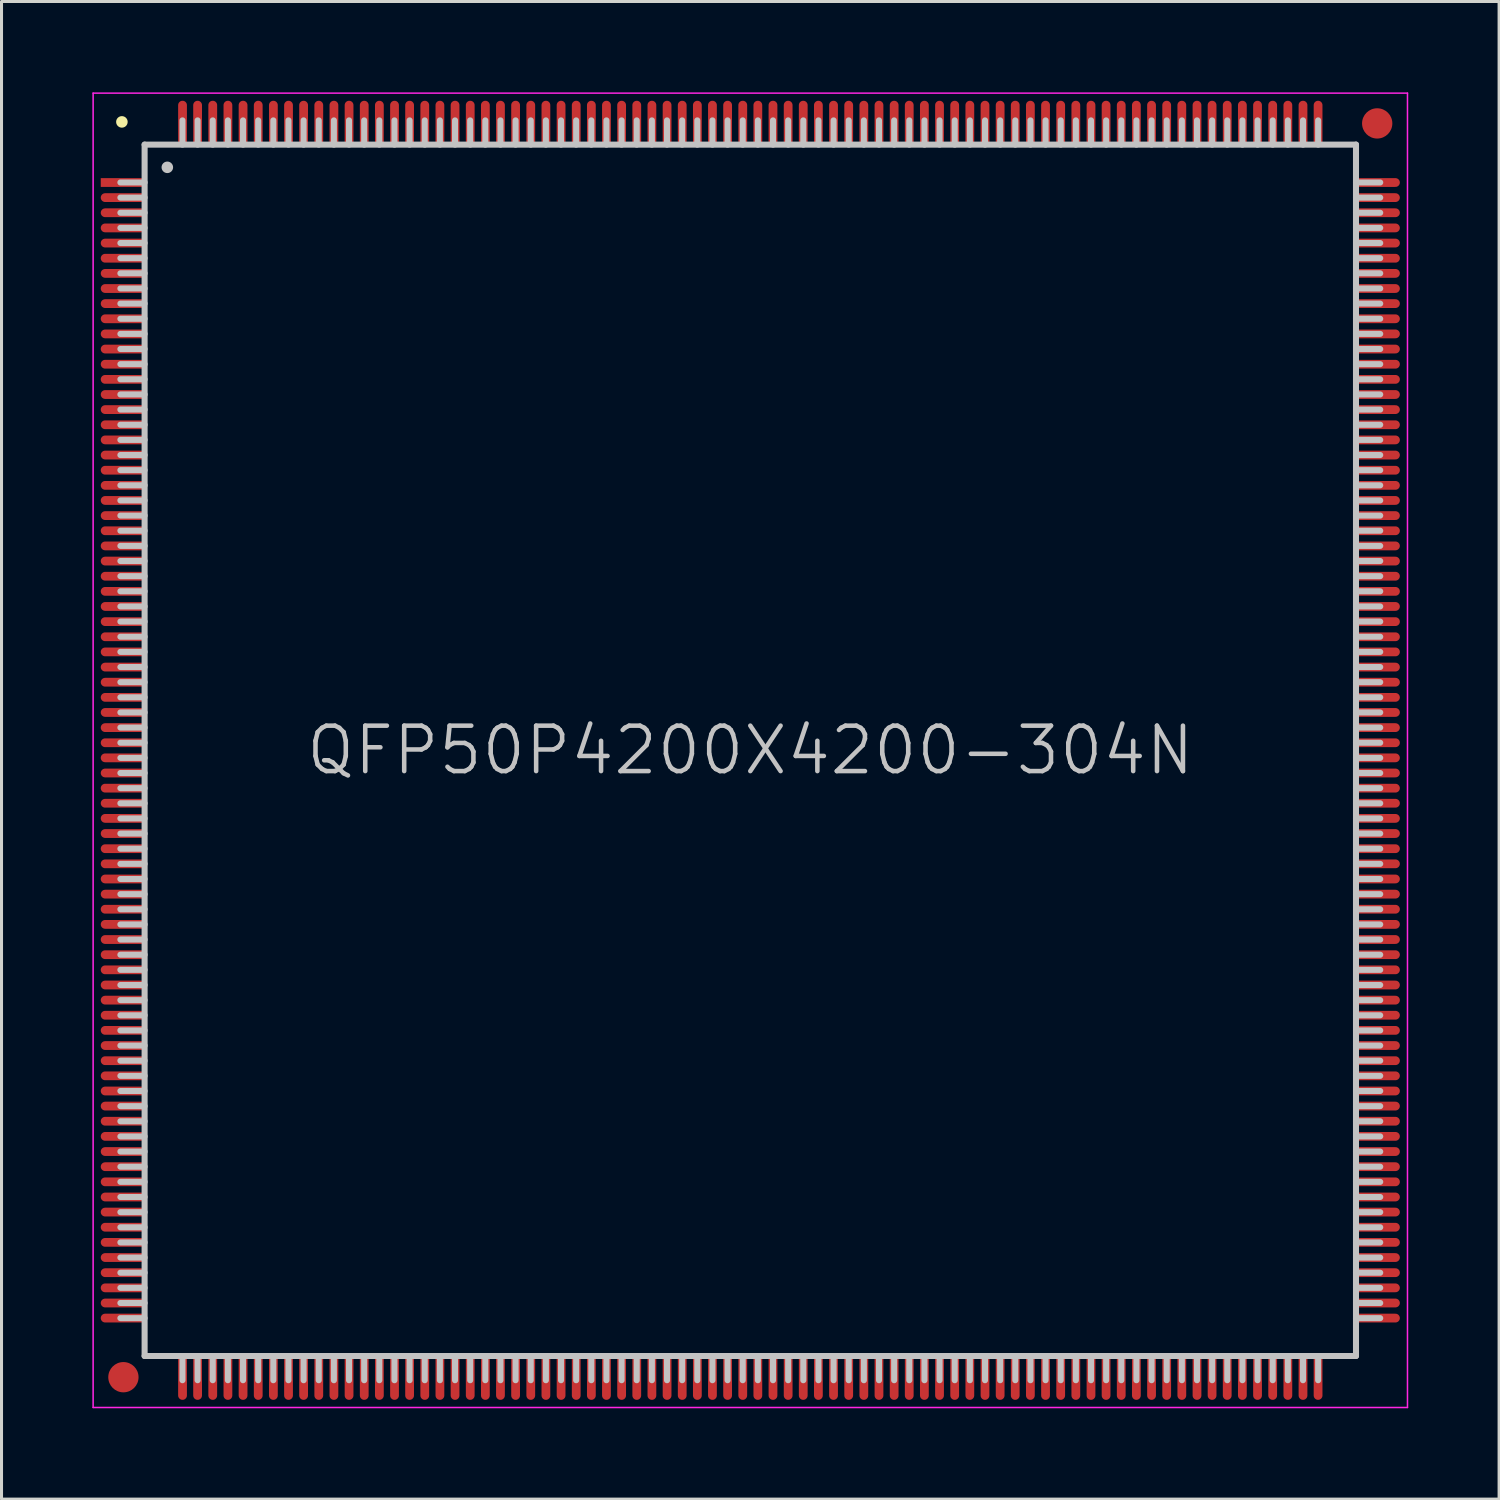
<source format=kicad_pcb>
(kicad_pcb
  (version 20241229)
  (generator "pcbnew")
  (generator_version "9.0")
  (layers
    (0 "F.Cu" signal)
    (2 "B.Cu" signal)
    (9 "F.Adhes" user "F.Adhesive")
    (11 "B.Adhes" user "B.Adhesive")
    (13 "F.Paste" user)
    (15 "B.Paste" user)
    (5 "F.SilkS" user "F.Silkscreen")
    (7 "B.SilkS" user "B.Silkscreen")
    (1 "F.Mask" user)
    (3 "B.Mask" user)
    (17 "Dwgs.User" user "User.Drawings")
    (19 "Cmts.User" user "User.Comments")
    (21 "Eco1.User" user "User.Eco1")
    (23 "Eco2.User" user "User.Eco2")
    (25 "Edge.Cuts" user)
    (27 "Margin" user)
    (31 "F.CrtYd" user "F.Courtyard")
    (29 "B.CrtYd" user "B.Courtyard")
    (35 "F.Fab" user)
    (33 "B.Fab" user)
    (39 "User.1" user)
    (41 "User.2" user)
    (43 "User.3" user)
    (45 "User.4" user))
  (footprint "QFP50P4200X4200-304N"
    (layer "F.Cu")
    (at 21.725 21.725)
    (property "Reference" "QFP50P4200X4200-304N" (at 0 0 0) (layer "Dwgs.User") (effects (font (size 1.5 1.5) (thickness 0.15))))
    (attr smd)
    (fp_line (start -20.75 -20.75) (end -20.75 -20.75) (stroke (width 0.381) (type solid)) (layer "F.SilkS"))
    (fp_line (start -20 -20) (end -20 20) (stroke (width 0.2) (type solid)) (layer "Dwgs.User"))
    (fp_line (start -20 -20) (end 20 -20) (stroke (width 0.2) (type solid)) (layer "Dwgs.User"))
    (fp_line (start -20 -18.75) (end -20.8 -18.75) (stroke (width 0.2) (type solid)) (layer "Dwgs.User"))
    (fp_line (start -20 -18.25) (end -20.8 -18.25) (stroke (width 0.2) (type solid)) (layer "Dwgs.User"))
    (fp_line (start -20 -17.75) (end -20.8 -17.75) (stroke (width 0.2) (type solid)) (layer "Dwgs.User"))
    (fp_line (start -20 -17.25) (end -20.8 -17.25) (stroke (width 0.2) (type solid)) (layer "Dwgs.User"))
    (fp_line (start -20 -16.75) (end -20.8 -16.75) (stroke (width 0.2) (type solid)) (layer "Dwgs.User"))
    (fp_line (start -20 -16.25) (end -20.8 -16.25) (stroke (width 0.2) (type solid)) (layer "Dwgs.User"))
    (fp_line (start -20 -15.75) (end -20.8 -15.75) (stroke (width 0.2) (type solid)) (layer "Dwgs.User"))
    (fp_line (start -20 -15.25) (end -20.8 -15.25) (stroke (width 0.2) (type solid)) (layer "Dwgs.User"))
    (fp_line (start -20 -14.75) (end -20.8 -14.75) (stroke (width 0.2) (type solid)) (layer "Dwgs.User"))
    (fp_line (start -20 -14.25) (end -20.8 -14.25) (stroke (width 0.2) (type solid)) (layer "Dwgs.User"))
    (fp_line (start -20 -13.75) (end -20.8 -13.75) (stroke (width 0.2) (type solid)) (layer "Dwgs.User"))
    (fp_line (start -20 -13.25) (end -20.8 -13.25) (stroke (width 0.2) (type solid)) (layer "Dwgs.User"))
    (fp_line (start -20 -12.75) (end -20.8 -12.75) (stroke (width 0.2) (type solid)) (layer "Dwgs.User"))
    (fp_line (start -20 -12.25) (end -20.8 -12.25) (stroke (width 0.2) (type solid)) (layer "Dwgs.User"))
    (fp_line (start -20 -11.75) (end -20.8 -11.75) (stroke (width 0.2) (type solid)) (layer "Dwgs.User"))
    (fp_line (start -20 -11.25) (end -20.8 -11.25) (stroke (width 0.2) (type solid)) (layer "Dwgs.User"))
    (fp_line (start -20 -10.75) (end -20.8 -10.75) (stroke (width 0.2) (type solid)) (layer "Dwgs.User"))
    (fp_line (start -20 -10.25) (end -20.8 -10.25) (stroke (width 0.2) (type solid)) (layer "Dwgs.User"))
    (fp_line (start -20 -9.75) (end -20.8 -9.75) (stroke (width 0.2) (type solid)) (layer "Dwgs.User"))
    (fp_line (start -20 -9.25) (end -20.8 -9.25) (stroke (width 0.2) (type solid)) (layer "Dwgs.User"))
    (fp_line (start -20 -8.75) (end -20.8 -8.75) (stroke (width 0.2) (type solid)) (layer "Dwgs.User"))
    (fp_line (start -20 -8.25) (end -20.8 -8.25) (stroke (width 0.2) (type solid)) (layer "Dwgs.User"))
    (fp_line (start -20 -7.75) (end -20.8 -7.75) (stroke (width 0.2) (type solid)) (layer "Dwgs.User"))
    (fp_line (start -20 -7.25) (end -20.8 -7.25) (stroke (width 0.2) (type solid)) (layer "Dwgs.User"))
    (fp_line (start -20 -6.75) (end -20.8 -6.75) (stroke (width 0.2) (type solid)) (layer "Dwgs.User"))
    (fp_line (start -20 -6.25) (end -20.8 -6.25) (stroke (width 0.2) (type solid)) (layer "Dwgs.User"))
    (fp_line (start -20 -5.75) (end -20.8 -5.75) (stroke (width 0.2) (type solid)) (layer "Dwgs.User"))
    (fp_line (start -20 -5.25) (end -20.8 -5.25) (stroke (width 0.2) (type solid)) (layer "Dwgs.User"))
    (fp_line (start -20 -4.75) (end -20.8 -4.75) (stroke (width 0.2) (type solid)) (layer "Dwgs.User"))
    (fp_line (start -20 -4.25) (end -20.8 -4.25) (stroke (width 0.2) (type solid)) (layer "Dwgs.User"))
    (fp_line (start -20 -3.75) (end -20.8 -3.75) (stroke (width 0.2) (type solid)) (layer "Dwgs.User"))
    (fp_line (start -20 -3.25) (end -20.8 -3.25) (stroke (width 0.2) (type solid)) (layer "Dwgs.User"))
    (fp_line (start -20 -2.75) (end -20.8 -2.75) (stroke (width 0.2) (type solid)) (layer "Dwgs.User"))
    (fp_line (start -20 -2.25) (end -20.8 -2.25) (stroke (width 0.2) (type solid)) (layer "Dwgs.User"))
    (fp_line (start -20 -1.75) (end -20.8 -1.75) (stroke (width 0.2) (type solid)) (layer "Dwgs.User"))
    (fp_line (start -20 -1.25) (end -20.8 -1.25) (stroke (width 0.2) (type solid)) (layer "Dwgs.User"))
    (fp_line (start -20 -0.75) (end -20.8 -0.75) (stroke (width 0.2) (type solid)) (layer "Dwgs.User"))
    (fp_line (start -20 -0.25) (end -20.8 -0.25) (stroke (width 0.2) (type solid)) (layer "Dwgs.User"))
    (fp_line (start -20 0.25) (end -20.8 0.25) (stroke (width 0.2) (type solid)) (layer "Dwgs.User"))
    (fp_line (start -20 0.75) (end -20.8 0.75) (stroke (width 0.2) (type solid)) (layer "Dwgs.User"))
    (fp_line (start -20 1.25) (end -20.8 1.25) (stroke (width 0.2) (type solid)) (layer "Dwgs.User"))
    (fp_line (start -20 1.75) (end -20.8 1.75) (stroke (width 0.2) (type solid)) (layer "Dwgs.User"))
    (fp_line (start -20 2.25) (end -20.8 2.25) (stroke (width 0.2) (type solid)) (layer "Dwgs.User"))
    (fp_line (start -20 2.75) (end -20.8 2.75) (stroke (width 0.2) (type solid)) (layer "Dwgs.User"))
    (fp_line (start -20 3.25) (end -20.8 3.25) (stroke (width 0.2) (type solid)) (layer "Dwgs.User"))
    (fp_line (start -20 3.75) (end -20.8 3.75) (stroke (width 0.2) (type solid)) (layer "Dwgs.User"))
    (fp_line (start -20 4.25) (end -20.8 4.25) (stroke (width 0.2) (type solid)) (layer "Dwgs.User"))
    (fp_line (start -20 4.75) (end -20.8 4.75) (stroke (width 0.2) (type solid)) (layer "Dwgs.User"))
    (fp_line (start -20 5.25) (end -20.8 5.25) (stroke (width 0.2) (type solid)) (layer "Dwgs.User"))
    (fp_line (start -20 5.75) (end -20.8 5.75) (stroke (width 0.2) (type solid)) (layer "Dwgs.User"))
    (fp_line (start -20 6.25) (end -20.8 6.25) (stroke (width 0.2) (type solid)) (layer "Dwgs.User"))
    (fp_line (start -20 6.75) (end -20.8 6.75) (stroke (width 0.2) (type solid)) (layer "Dwgs.User"))
    (fp_line (start -20 7.25) (end -20.8 7.25) (stroke (width 0.2) (type solid)) (layer "Dwgs.User"))
    (fp_line (start -20 7.75) (end -20.8 7.75) (stroke (width 0.2) (type solid)) (layer "Dwgs.User"))
    (fp_line (start -20 8.25) (end -20.8 8.25) (stroke (width 0.2) (type solid)) (layer "Dwgs.User"))
    (fp_line (start -20 8.75) (end -20.8 8.75) (stroke (width 0.2) (type solid)) (layer "Dwgs.User"))
    (fp_line (start -20 9.25) (end -20.8 9.25) (stroke (width 0.2) (type solid)) (layer "Dwgs.User"))
    (fp_line (start -20 9.75) (end -20.8 9.75) (stroke (width 0.2) (type solid)) (layer "Dwgs.User"))
    (fp_line (start -20 10.25) (end -20.8 10.25) (stroke (width 0.2) (type solid)) (layer "Dwgs.User"))
    (fp_line (start -20 10.75) (end -20.8 10.75) (stroke (width 0.2) (type solid)) (layer "Dwgs.User"))
    (fp_line (start -20 11.25) (end -20.8 11.25) (stroke (width 0.2) (type solid)) (layer "Dwgs.User"))
    (fp_line (start -20 11.75) (end -20.8 11.75) (stroke (width 0.2) (type solid)) (layer "Dwgs.User"))
    (fp_line (start -20 12.25) (end -20.8 12.25) (stroke (width 0.2) (type solid)) (layer "Dwgs.User"))
    (fp_line (start -20 12.75) (end -20.8 12.75) (stroke (width 0.2) (type solid)) (layer "Dwgs.User"))
    (fp_line (start -20 13.25) (end -20.8 13.25) (stroke (width 0.2) (type solid)) (layer "Dwgs.User"))
    (fp_line (start -20 13.75) (end -20.8 13.75) (stroke (width 0.2) (type solid)) (layer "Dwgs.User"))
    (fp_line (start -20 14.25) (end -20.8 14.25) (stroke (width 0.2) (type solid)) (layer "Dwgs.User"))
    (fp_line (start -20 14.75) (end -20.8 14.75) (stroke (width 0.2) (type solid)) (layer "Dwgs.User"))
    (fp_line (start -20 15.25) (end -20.8 15.25) (stroke (width 0.2) (type solid)) (layer "Dwgs.User"))
    (fp_line (start -20 15.75) (end -20.8 15.75) (stroke (width 0.2) (type solid)) (layer "Dwgs.User"))
    (fp_line (start -20 16.25) (end -20.8 16.25) (stroke (width 0.2) (type solid)) (layer "Dwgs.User"))
    (fp_line (start -20 16.75) (end -20.8 16.75) (stroke (width 0.2) (type solid)) (layer "Dwgs.User"))
    (fp_line (start -20 17.25) (end -20.8 17.25) (stroke (width 0.2) (type solid)) (layer "Dwgs.User"))
    (fp_line (start -20 17.75) (end -20.8 17.75) (stroke (width 0.2) (type solid)) (layer "Dwgs.User"))
    (fp_line (start -20 18.25) (end -20.8 18.25) (stroke (width 0.2) (type solid)) (layer "Dwgs.User"))
    (fp_line (start -20 18.75) (end -20.8 18.75) (stroke (width 0.2) (type solid)) (layer "Dwgs.User"))
    (fp_line (start -20 20) (end 20 20) (stroke (width 0.2) (type solid)) (layer "Dwgs.User"))
    (fp_line (start -19.25 -19.25) (end -19.25 -19.25) (stroke (width 0.381) (type solid)) (layer "Dwgs.User"))
    (fp_line (start -18.75 -20) (end -18.75 -20.8) (stroke (width 0.2) (type solid)) (layer "Dwgs.User"))
    (fp_line (start -18.75 20.8) (end -18.75 20) (stroke (width 0.2) (type solid)) (layer "Dwgs.User"))
    (fp_line (start -18.25 -20) (end -18.25 -20.8) (stroke (width 0.2) (type solid)) (layer "Dwgs.User"))
    (fp_line (start -18.25 20.8) (end -18.25 20) (stroke (width 0.2) (type solid)) (layer "Dwgs.User"))
    (fp_line (start -17.75 -20) (end -17.75 -20.8) (stroke (width 0.2) (type solid)) (layer "Dwgs.User"))
    (fp_line (start -17.75 20.8) (end -17.75 20) (stroke (width 0.2) (type solid)) (layer "Dwgs.User"))
    (fp_line (start -17.25 -20) (end -17.25 -20.8) (stroke (width 0.2) (type solid)) (layer "Dwgs.User"))
    (fp_line (start -17.25 20.8) (end -17.25 20) (stroke (width 0.2) (type solid)) (layer "Dwgs.User"))
    (fp_line (start -16.75 -20) (end -16.75 -20.8) (stroke (width 0.2) (type solid)) (layer "Dwgs.User"))
    (fp_line (start -16.75 20.8) (end -16.75 20) (stroke (width 0.2) (type solid)) (layer "Dwgs.User"))
    (fp_line (start -16.25 -20) (end -16.25 -20.8) (stroke (width 0.2) (type solid)) (layer "Dwgs.User"))
    (fp_line (start -16.25 20.8) (end -16.25 20) (stroke (width 0.2) (type solid)) (layer "Dwgs.User"))
    (fp_line (start -15.75 -20) (end -15.75 -20.8) (stroke (width 0.2) (type solid)) (layer "Dwgs.User"))
    (fp_line (start -15.75 20.8) (end -15.75 20) (stroke (width 0.2) (type solid)) (layer "Dwgs.User"))
    (fp_line (start -15.25 -20) (end -15.25 -20.8) (stroke (width 0.2) (type solid)) (layer "Dwgs.User"))
    (fp_line (start -15.25 20.8) (end -15.25 20) (stroke (width 0.2) (type solid)) (layer "Dwgs.User"))
    (fp_line (start -14.75 -20) (end -14.75 -20.8) (stroke (width 0.2) (type solid)) (layer "Dwgs.User"))
    (fp_line (start -14.75 20.8) (end -14.75 20) (stroke (width 0.2) (type solid)) (layer "Dwgs.User"))
    (fp_line (start -14.25 -20) (end -14.25 -20.8) (stroke (width 0.2) (type solid)) (layer "Dwgs.User"))
    (fp_line (start -14.25 20.8) (end -14.25 20) (stroke (width 0.2) (type solid)) (layer "Dwgs.User"))
    (fp_line (start -13.75 -20) (end -13.75 -20.8) (stroke (width 0.2) (type solid)) (layer "Dwgs.User"))
    (fp_line (start -13.75 20.8) (end -13.75 20) (stroke (width 0.2) (type solid)) (layer "Dwgs.User"))
    (fp_line (start -13.25 -20) (end -13.25 -20.8) (stroke (width 0.2) (type solid)) (layer "Dwgs.User"))
    (fp_line (start -13.25 20.8) (end -13.25 20) (stroke (width 0.2) (type solid)) (layer "Dwgs.User"))
    (fp_line (start -12.75 -20) (end -12.75 -20.8) (stroke (width 0.2) (type solid)) (layer "Dwgs.User"))
    (fp_line (start -12.75 20.8) (end -12.75 20) (stroke (width 0.2) (type solid)) (layer "Dwgs.User"))
    (fp_line (start -12.25 -20) (end -12.25 -20.8) (stroke (width 0.2) (type solid)) (layer "Dwgs.User"))
    (fp_line (start -12.25 20.8) (end -12.25 20) (stroke (width 0.2) (type solid)) (layer "Dwgs.User"))
    (fp_line (start -11.75 -20) (end -11.75 -20.8) (stroke (width 0.2) (type solid)) (layer "Dwgs.User"))
    (fp_line (start -11.75 20.8) (end -11.75 20) (stroke (width 0.2) (type solid)) (layer "Dwgs.User"))
    (fp_line (start -11.25 -20) (end -11.25 -20.8) (stroke (width 0.2) (type solid)) (layer "Dwgs.User"))
    (fp_line (start -11.25 20.8) (end -11.25 20) (stroke (width 0.2) (type solid)) (layer "Dwgs.User"))
    (fp_line (start -10.75 -20) (end -10.75 -20.8) (stroke (width 0.2) (type solid)) (layer "Dwgs.User"))
    (fp_line (start -10.75 20.8) (end -10.75 20) (stroke (width 0.2) (type solid)) (layer "Dwgs.User"))
    (fp_line (start -10.25 -20) (end -10.25 -20.8) (stroke (width 0.2) (type solid)) (layer "Dwgs.User"))
    (fp_line (start -10.25 20.8) (end -10.25 20) (stroke (width 0.2) (type solid)) (layer "Dwgs.User"))
    (fp_line (start -9.75 -20) (end -9.75 -20.8) (stroke (width 0.2) (type solid)) (layer "Dwgs.User"))
    (fp_line (start -9.75 20.8) (end -9.75 20) (stroke (width 0.2) (type solid)) (layer "Dwgs.User"))
    (fp_line (start -9.25 -20) (end -9.25 -20.8) (stroke (width 0.2) (type solid)) (layer "Dwgs.User"))
    (fp_line (start -9.25 20.8) (end -9.25 20) (stroke (width 0.2) (type solid)) (layer "Dwgs.User"))
    (fp_line (start -8.75 -20) (end -8.75 -20.8) (stroke (width 0.2) (type solid)) (layer "Dwgs.User"))
    (fp_line (start -8.75 20.8) (end -8.75 20) (stroke (width 0.2) (type solid)) (layer "Dwgs.User"))
    (fp_line (start -8.25 -20) (end -8.25 -20.8) (stroke (width 0.2) (type solid)) (layer "Dwgs.User"))
    (fp_line (start -8.25 20.8) (end -8.25 20) (stroke (width 0.2) (type solid)) (layer "Dwgs.User"))
    (fp_line (start -7.75 -20) (end -7.75 -20.8) (stroke (width 0.2) (type solid)) (layer "Dwgs.User"))
    (fp_line (start -7.75 20.8) (end -7.75 20) (stroke (width 0.2) (type solid)) (layer "Dwgs.User"))
    (fp_line (start -7.25 -20) (end -7.25 -20.8) (stroke (width 0.2) (type solid)) (layer "Dwgs.User"))
    (fp_line (start -7.25 20.8) (end -7.25 20) (stroke (width 0.2) (type solid)) (layer "Dwgs.User"))
    (fp_line (start -6.75 -20) (end -6.75 -20.8) (stroke (width 0.2) (type solid)) (layer "Dwgs.User"))
    (fp_line (start -6.75 20.8) (end -6.75 20) (stroke (width 0.2) (type solid)) (layer "Dwgs.User"))
    (fp_line (start -6.25 -20) (end -6.25 -20.8) (stroke (width 0.2) (type solid)) (layer "Dwgs.User"))
    (fp_line (start -6.25 20.8) (end -6.25 20) (stroke (width 0.2) (type solid)) (layer "Dwgs.User"))
    (fp_line (start -5.75 -20) (end -5.75 -20.8) (stroke (width 0.2) (type solid)) (layer "Dwgs.User"))
    (fp_line (start -5.75 20.8) (end -5.75 20) (stroke (width 0.2) (type solid)) (layer "Dwgs.User"))
    (fp_line (start -5.25 -20) (end -5.25 -20.8) (stroke (width 0.2) (type solid)) (layer "Dwgs.User"))
    (fp_line (start -5.25 20.8) (end -5.25 20) (stroke (width 0.2) (type solid)) (layer "Dwgs.User"))
    (fp_line (start -4.75 -20) (end -4.75 -20.8) (stroke (width 0.2) (type solid)) (layer "Dwgs.User"))
    (fp_line (start -4.75 20.8) (end -4.75 20) (stroke (width 0.2) (type solid)) (layer "Dwgs.User"))
    (fp_line (start -4.25 -20) (end -4.25 -20.8) (stroke (width 0.2) (type solid)) (layer "Dwgs.User"))
    (fp_line (start -4.25 20.8) (end -4.25 20) (stroke (width 0.2) (type solid)) (layer "Dwgs.User"))
    (fp_line (start -3.75 -20) (end -3.75 -20.8) (stroke (width 0.2) (type solid)) (layer "Dwgs.User"))
    (fp_line (start -3.75 20.8) (end -3.75 20) (stroke (width 0.2) (type solid)) (layer "Dwgs.User"))
    (fp_line (start -3.25 -20) (end -3.25 -20.8) (stroke (width 0.2) (type solid)) (layer "Dwgs.User"))
    (fp_line (start -3.25 20.8) (end -3.25 20) (stroke (width 0.2) (type solid)) (layer "Dwgs.User"))
    (fp_line (start -2.75 -20) (end -2.75 -20.8) (stroke (width 0.2) (type solid)) (layer "Dwgs.User"))
    (fp_line (start -2.75 20.8) (end -2.75 20) (stroke (width 0.2) (type solid)) (layer "Dwgs.User"))
    (fp_line (start -2.25 -20) (end -2.25 -20.8) (stroke (width 0.2) (type solid)) (layer "Dwgs.User"))
    (fp_line (start -2.25 20.8) (end -2.25 20) (stroke (width 0.2) (type solid)) (layer "Dwgs.User"))
    (fp_line (start -1.75 -20) (end -1.75 -20.8) (stroke (width 0.2) (type solid)) (layer "Dwgs.User"))
    (fp_line (start -1.75 20.8) (end -1.75 20) (stroke (width 0.2) (type solid)) (layer "Dwgs.User"))
    (fp_line (start -1.25 -20) (end -1.25 -20.8) (stroke (width 0.2) (type solid)) (layer "Dwgs.User"))
    (fp_line (start -1.25 20.8) (end -1.25 20) (stroke (width 0.2) (type solid)) (layer "Dwgs.User"))
    (fp_line (start -0.75 -20) (end -0.75 -20.8) (stroke (width 0.2) (type solid)) (layer "Dwgs.User"))
    (fp_line (start -0.75 20.8) (end -0.75 20) (stroke (width 0.2) (type solid)) (layer "Dwgs.User"))
    (fp_line (start -0.25 -20) (end -0.25 -20.8) (stroke (width 0.2) (type solid)) (layer "Dwgs.User"))
    (fp_line (start -0.25 20.8) (end -0.25 20) (stroke (width 0.2) (type solid)) (layer "Dwgs.User"))
    (fp_line (start 0.25 -20) (end 0.25 -20.8) (stroke (width 0.2) (type solid)) (layer "Dwgs.User"))
    (fp_line (start 0.25 20.8) (end 0.25 20) (stroke (width 0.2) (type solid)) (layer "Dwgs.User"))
    (fp_line (start 0.75 -20) (end 0.75 -20.8) (stroke (width 0.2) (type solid)) (layer "Dwgs.User"))
    (fp_line (start 0.75 20.8) (end 0.75 20) (stroke (width 0.2) (type solid)) (layer "Dwgs.User"))
    (fp_line (start 1.25 -20) (end 1.25 -20.8) (stroke (width 0.2) (type solid)) (layer "Dwgs.User"))
    (fp_line (start 1.25 20.8) (end 1.25 20) (stroke (width 0.2) (type solid)) (layer "Dwgs.User"))
    (fp_line (start 1.75 -20) (end 1.75 -20.8) (stroke (width 0.2) (type solid)) (layer "Dwgs.User"))
    (fp_line (start 1.75 20.8) (end 1.75 20) (stroke (width 0.2) (type solid)) (layer "Dwgs.User"))
    (fp_line (start 2.25 -20) (end 2.25 -20.8) (stroke (width 0.2) (type solid)) (layer "Dwgs.User"))
    (fp_line (start 2.25 20.8) (end 2.25 20) (stroke (width 0.2) (type solid)) (layer "Dwgs.User"))
    (fp_line (start 2.75 -20) (end 2.75 -20.8) (stroke (width 0.2) (type solid)) (layer "Dwgs.User"))
    (fp_line (start 2.75 20.8) (end 2.75 20) (stroke (width 0.2) (type solid)) (layer "Dwgs.User"))
    (fp_line (start 3.25 -20) (end 3.25 -20.8) (stroke (width 0.2) (type solid)) (layer "Dwgs.User"))
    (fp_line (start 3.25 20.8) (end 3.25 20) (stroke (width 0.2) (type solid)) (layer "Dwgs.User"))
    (fp_line (start 3.75 -20) (end 3.75 -20.8) (stroke (width 0.2) (type solid)) (layer "Dwgs.User"))
    (fp_line (start 3.75 20.8) (end 3.75 20) (stroke (width 0.2) (type solid)) (layer "Dwgs.User"))
    (fp_line (start 4.25 -20) (end 4.25 -20.8) (stroke (width 0.2) (type solid)) (layer "Dwgs.User"))
    (fp_line (start 4.25 20.8) (end 4.25 20) (stroke (width 0.2) (type solid)) (layer "Dwgs.User"))
    (fp_line (start 4.75 -20) (end 4.75 -20.8) (stroke (width 0.2) (type solid)) (layer "Dwgs.User"))
    (fp_line (start 4.75 20.8) (end 4.75 20) (stroke (width 0.2) (type solid)) (layer "Dwgs.User"))
    (fp_line (start 5.25 -20) (end 5.25 -20.8) (stroke (width 0.2) (type solid)) (layer "Dwgs.User"))
    (fp_line (start 5.25 20.8) (end 5.25 20) (stroke (width 0.2) (type solid)) (layer "Dwgs.User"))
    (fp_line (start 5.75 -20) (end 5.75 -20.8) (stroke (width 0.2) (type solid)) (layer "Dwgs.User"))
    (fp_line (start 5.75 20.8) (end 5.75 20) (stroke (width 0.2) (type solid)) (layer "Dwgs.User"))
    (fp_line (start 6.25 -20) (end 6.25 -20.8) (stroke (width 0.2) (type solid)) (layer "Dwgs.User"))
    (fp_line (start 6.25 20.8) (end 6.25 20) (stroke (width 0.2) (type solid)) (layer "Dwgs.User"))
    (fp_line (start 6.75 -20) (end 6.75 -20.8) (stroke (width 0.2) (type solid)) (layer "Dwgs.User"))
    (fp_line (start 6.75 20.8) (end 6.75 20) (stroke (width 0.2) (type solid)) (layer "Dwgs.User"))
    (fp_line (start 7.25 -20) (end 7.25 -20.8) (stroke (width 0.2) (type solid)) (layer "Dwgs.User"))
    (fp_line (start 7.25 20.8) (end 7.25 20) (stroke (width 0.2) (type solid)) (layer "Dwgs.User"))
    (fp_line (start 7.75 -20) (end 7.75 -20.8) (stroke (width 0.2) (type solid)) (layer "Dwgs.User"))
    (fp_line (start 7.75 20.8) (end 7.75 20) (stroke (width 0.2) (type solid)) (layer "Dwgs.User"))
    (fp_line (start 8.25 -20) (end 8.25 -20.8) (stroke (width 0.2) (type solid)) (layer "Dwgs.User"))
    (fp_line (start 8.25 20.8) (end 8.25 20) (stroke (width 0.2) (type solid)) (layer "Dwgs.User"))
    (fp_line (start 8.75 -20) (end 8.75 -20.8) (stroke (width 0.2) (type solid)) (layer "Dwgs.User"))
    (fp_line (start 8.75 20.8) (end 8.75 20) (stroke (width 0.2) (type solid)) (layer "Dwgs.User"))
    (fp_line (start 9.25 -20) (end 9.25 -20.8) (stroke (width 0.2) (type solid)) (layer "Dwgs.User"))
    (fp_line (start 9.25 20.8) (end 9.25 20) (stroke (width 0.2) (type solid)) (layer "Dwgs.User"))
    (fp_line (start 9.75 -20) (end 9.75 -20.8) (stroke (width 0.2) (type solid)) (layer "Dwgs.User"))
    (fp_line (start 9.75 20.8) (end 9.75 20) (stroke (width 0.2) (type solid)) (layer "Dwgs.User"))
    (fp_line (start 10.25 -20) (end 10.25 -20.8) (stroke (width 0.2) (type solid)) (layer "Dwgs.User"))
    (fp_line (start 10.25 20.8) (end 10.25 20) (stroke (width 0.2) (type solid)) (layer "Dwgs.User"))
    (fp_line (start 10.75 -20) (end 10.75 -20.8) (stroke (width 0.2) (type solid)) (layer "Dwgs.User"))
    (fp_line (start 10.75 20.8) (end 10.75 20) (stroke (width 0.2) (type solid)) (layer "Dwgs.User"))
    (fp_line (start 11.25 -20) (end 11.25 -20.8) (stroke (width 0.2) (type solid)) (layer "Dwgs.User"))
    (fp_line (start 11.25 20.8) (end 11.25 20) (stroke (width 0.2) (type solid)) (layer "Dwgs.User"))
    (fp_line (start 11.75 -20) (end 11.75 -20.8) (stroke (width 0.2) (type solid)) (layer "Dwgs.User"))
    (fp_line (start 11.75 20.8) (end 11.75 20) (stroke (width 0.2) (type solid)) (layer "Dwgs.User"))
    (fp_line (start 12.25 -20) (end 12.25 -20.8) (stroke (width 0.2) (type solid)) (layer "Dwgs.User"))
    (fp_line (start 12.25 20.8) (end 12.25 20) (stroke (width 0.2) (type solid)) (layer "Dwgs.User"))
    (fp_line (start 12.75 -20) (end 12.75 -20.8) (stroke (width 0.2) (type solid)) (layer "Dwgs.User"))
    (fp_line (start 12.75 20.8) (end 12.75 20) (stroke (width 0.2) (type solid)) (layer "Dwgs.User"))
    (fp_line (start 13.25 -20) (end 13.25 -20.8) (stroke (width 0.2) (type solid)) (layer "Dwgs.User"))
    (fp_line (start 13.25 20.8) (end 13.25 20) (stroke (width 0.2) (type solid)) (layer "Dwgs.User"))
    (fp_line (start 13.75 -20) (end 13.75 -20.8) (stroke (width 0.2) (type solid)) (layer "Dwgs.User"))
    (fp_line (start 13.75 20.8) (end 13.75 20) (stroke (width 0.2) (type solid)) (layer "Dwgs.User"))
    (fp_line (start 14.25 -20) (end 14.25 -20.8) (stroke (width 0.2) (type solid)) (layer "Dwgs.User"))
    (fp_line (start 14.25 20.8) (end 14.25 20) (stroke (width 0.2) (type solid)) (layer "Dwgs.User"))
    (fp_line (start 14.75 -20) (end 14.75 -20.8) (stroke (width 0.2) (type solid)) (layer "Dwgs.User"))
    (fp_line (start 14.75 20.8) (end 14.75 20) (stroke (width 0.2) (type solid)) (layer "Dwgs.User"))
    (fp_line (start 15.25 -20) (end 15.25 -20.8) (stroke (width 0.2) (type solid)) (layer "Dwgs.User"))
    (fp_line (start 15.25 20.8) (end 15.25 20) (stroke (width 0.2) (type solid)) (layer "Dwgs.User"))
    (fp_line (start 15.75 -20) (end 15.75 -20.8) (stroke (width 0.2) (type solid)) (layer "Dwgs.User"))
    (fp_line (start 15.75 20.8) (end 15.75 20) (stroke (width 0.2) (type solid)) (layer "Dwgs.User"))
    (fp_line (start 16.25 -20) (end 16.25 -20.8) (stroke (width 0.2) (type solid)) (layer "Dwgs.User"))
    (fp_line (start 16.25 20.8) (end 16.25 20) (stroke (width 0.2) (type solid)) (layer "Dwgs.User"))
    (fp_line (start 16.75 -20) (end 16.75 -20.8) (stroke (width 0.2) (type solid)) (layer "Dwgs.User"))
    (fp_line (start 16.75 20.8) (end 16.75 20) (stroke (width 0.2) (type solid)) (layer "Dwgs.User"))
    (fp_line (start 17.25 -20) (end 17.25 -20.8) (stroke (width 0.2) (type solid)) (layer "Dwgs.User"))
    (fp_line (start 17.25 20.8) (end 17.25 20) (stroke (width 0.2) (type solid)) (layer "Dwgs.User"))
    (fp_line (start 17.75 -20) (end 17.75 -20.8) (stroke (width 0.2) (type solid)) (layer "Dwgs.User"))
    (fp_line (start 17.75 20.8) (end 17.75 20) (stroke (width 0.2) (type solid)) (layer "Dwgs.User"))
    (fp_line (start 18.25 -20) (end 18.25 -20.8) (stroke (width 0.2) (type solid)) (layer "Dwgs.User"))
    (fp_line (start 18.25 20.8) (end 18.25 20) (stroke (width 0.2) (type solid)) (layer "Dwgs.User"))
    (fp_line (start 18.75 -20) (end 18.75 -20.8) (stroke (width 0.2) (type solid)) (layer "Dwgs.User"))
    (fp_line (start 18.75 20.8) (end 18.75 20) (stroke (width 0.2) (type solid)) (layer "Dwgs.User"))
    (fp_line (start 20 -20) (end 20 20) (stroke (width 0.2) (type solid)) (layer "Dwgs.User"))
    (fp_line (start 20.8 -18.75) (end 20 -18.75) (stroke (width 0.2) (type solid)) (layer "Dwgs.User"))
    (fp_line (start 20.8 -18.25) (end 20 -18.25) (stroke (width 0.2) (type solid)) (layer "Dwgs.User"))
    (fp_line (start 20.8 -17.75) (end 20 -17.75) (stroke (width 0.2) (type solid)) (layer "Dwgs.User"))
    (fp_line (start 20.8 -17.25) (end 20 -17.25) (stroke (width 0.2) (type solid)) (layer "Dwgs.User"))
    (fp_line (start 20.8 -16.75) (end 20 -16.75) (stroke (width 0.2) (type solid)) (layer "Dwgs.User"))
    (fp_line (start 20.8 -16.25) (end 20 -16.25) (stroke (width 0.2) (type solid)) (layer "Dwgs.User"))
    (fp_line (start 20.8 -15.75) (end 20 -15.75) (stroke (width 0.2) (type solid)) (layer "Dwgs.User"))
    (fp_line (start 20.8 -15.25) (end 20 -15.25) (stroke (width 0.2) (type solid)) (layer "Dwgs.User"))
    (fp_line (start 20.8 -14.75) (end 20 -14.75) (stroke (width 0.2) (type solid)) (layer "Dwgs.User"))
    (fp_line (start 20.8 -14.25) (end 20 -14.25) (stroke (width 0.2) (type solid)) (layer "Dwgs.User"))
    (fp_line (start 20.8 -13.75) (end 20 -13.75) (stroke (width 0.2) (type solid)) (layer "Dwgs.User"))
    (fp_line (start 20.8 -13.25) (end 20 -13.25) (stroke (width 0.2) (type solid)) (layer "Dwgs.User"))
    (fp_line (start 20.8 -12.75) (end 20 -12.75) (stroke (width 0.2) (type solid)) (layer "Dwgs.User"))
    (fp_line (start 20.8 -12.25) (end 20 -12.25) (stroke (width 0.2) (type solid)) (layer "Dwgs.User"))
    (fp_line (start 20.8 -11.75) (end 20 -11.75) (stroke (width 0.2) (type solid)) (layer "Dwgs.User"))
    (fp_line (start 20.8 -11.25) (end 20 -11.25) (stroke (width 0.2) (type solid)) (layer "Dwgs.User"))
    (fp_line (start 20.8 -10.75) (end 20 -10.75) (stroke (width 0.2) (type solid)) (layer "Dwgs.User"))
    (fp_line (start 20.8 -10.25) (end 20 -10.25) (stroke (width 0.2) (type solid)) (layer "Dwgs.User"))
    (fp_line (start 20.8 -9.75) (end 20 -9.75) (stroke (width 0.2) (type solid)) (layer "Dwgs.User"))
    (fp_line (start 20.8 -9.25) (end 20 -9.25) (stroke (width 0.2) (type solid)) (layer "Dwgs.User"))
    (fp_line (start 20.8 -8.75) (end 20 -8.75) (stroke (width 0.2) (type solid)) (layer "Dwgs.User"))
    (fp_line (start 20.8 -8.25) (end 20 -8.25) (stroke (width 0.2) (type solid)) (layer "Dwgs.User"))
    (fp_line (start 20.8 -7.75) (end 20 -7.75) (stroke (width 0.2) (type solid)) (layer "Dwgs.User"))
    (fp_line (start 20.8 -7.25) (end 20 -7.25) (stroke (width 0.2) (type solid)) (layer "Dwgs.User"))
    (fp_line (start 20.8 -6.75) (end 20 -6.75) (stroke (width 0.2) (type solid)) (layer "Dwgs.User"))
    (fp_line (start 20.8 -6.25) (end 20 -6.25) (stroke (width 0.2) (type solid)) (layer "Dwgs.User"))
    (fp_line (start 20.8 -5.75) (end 20 -5.75) (stroke (width 0.2) (type solid)) (layer "Dwgs.User"))
    (fp_line (start 20.8 -5.25) (end 20 -5.25) (stroke (width 0.2) (type solid)) (layer "Dwgs.User"))
    (fp_line (start 20.8 -4.75) (end 20 -4.75) (stroke (width 0.2) (type solid)) (layer "Dwgs.User"))
    (fp_line (start 20.8 -4.25) (end 20 -4.25) (stroke (width 0.2) (type solid)) (layer "Dwgs.User"))
    (fp_line (start 20.8 -3.75) (end 20 -3.75) (stroke (width 0.2) (type solid)) (layer "Dwgs.User"))
    (fp_line (start 20.8 -3.25) (end 20 -3.25) (stroke (width 0.2) (type solid)) (layer "Dwgs.User"))
    (fp_line (start 20.8 -2.75) (end 20 -2.75) (stroke (width 0.2) (type solid)) (layer "Dwgs.User"))
    (fp_line (start 20.8 -2.25) (end 20 -2.25) (stroke (width 0.2) (type solid)) (layer "Dwgs.User"))
    (fp_line (start 20.8 -1.75) (end 20 -1.75) (stroke (width 0.2) (type solid)) (layer "Dwgs.User"))
    (fp_line (start 20.8 -1.25) (end 20 -1.25) (stroke (width 0.2) (type solid)) (layer "Dwgs.User"))
    (fp_line (start 20.8 -0.75) (end 20 -0.75) (stroke (width 0.2) (type solid)) (layer "Dwgs.User"))
    (fp_line (start 20.8 -0.25) (end 20 -0.25) (stroke (width 0.2) (type solid)) (layer "Dwgs.User"))
    (fp_line (start 20.8 0.25) (end 20 0.25) (stroke (width 0.2) (type solid)) (layer "Dwgs.User"))
    (fp_line (start 20.8 0.75) (end 20 0.75) (stroke (width 0.2) (type solid)) (layer "Dwgs.User"))
    (fp_line (start 20.8 1.25) (end 20 1.25) (stroke (width 0.2) (type solid)) (layer "Dwgs.User"))
    (fp_line (start 20.8 1.75) (end 20 1.75) (stroke (width 0.2) (type solid)) (layer "Dwgs.User"))
    (fp_line (start 20.8 2.25) (end 20 2.25) (stroke (width 0.2) (type solid)) (layer "Dwgs.User"))
    (fp_line (start 20.8 2.75) (end 20 2.75) (stroke (width 0.2) (type solid)) (layer "Dwgs.User"))
    (fp_line (start 20.8 3.25) (end 20 3.25) (stroke (width 0.2) (type solid)) (layer "Dwgs.User"))
    (fp_line (start 20.8 3.75) (end 20 3.75) (stroke (width 0.2) (type solid)) (layer "Dwgs.User"))
    (fp_line (start 20.8 4.25) (end 20 4.25) (stroke (width 0.2) (type solid)) (layer "Dwgs.User"))
    (fp_line (start 20.8 4.75) (end 20 4.75) (stroke (width 0.2) (type solid)) (layer "Dwgs.User"))
    (fp_line (start 20.8 5.25) (end 20 5.25) (stroke (width 0.2) (type solid)) (layer "Dwgs.User"))
    (fp_line (start 20.8 5.75) (end 20 5.75) (stroke (width 0.2) (type solid)) (layer "Dwgs.User"))
    (fp_line (start 20.8 6.25) (end 20 6.25) (stroke (width 0.2) (type solid)) (layer "Dwgs.User"))
    (fp_line (start 20.8 6.75) (end 20 6.75) (stroke (width 0.2) (type solid)) (layer "Dwgs.User"))
    (fp_line (start 20.8 7.25) (end 20 7.25) (stroke (width 0.2) (type solid)) (layer "Dwgs.User"))
    (fp_line (start 20.8 7.75) (end 20 7.75) (stroke (width 0.2) (type solid)) (layer "Dwgs.User"))
    (fp_line (start 20.8 8.25) (end 20 8.25) (stroke (width 0.2) (type solid)) (layer "Dwgs.User"))
    (fp_line (start 20.8 8.75) (end 20 8.75) (stroke (width 0.2) (type solid)) (layer "Dwgs.User"))
    (fp_line (start 20.8 9.25) (end 20 9.25) (stroke (width 0.2) (type solid)) (layer "Dwgs.User"))
    (fp_line (start 20.8 9.75) (end 20 9.75) (stroke (width 0.2) (type solid)) (layer "Dwgs.User"))
    (fp_line (start 20.8 10.25) (end 20 10.25) (stroke (width 0.2) (type solid)) (layer "Dwgs.User"))
    (fp_line (start 20.8 10.75) (end 20 10.75) (stroke (width 0.2) (type solid)) (layer "Dwgs.User"))
    (fp_line (start 20.8 11.25) (end 20 11.25) (stroke (width 0.2) (type solid)) (layer "Dwgs.User"))
    (fp_line (start 20.8 11.75) (end 20 11.75) (stroke (width 0.2) (type solid)) (layer "Dwgs.User"))
    (fp_line (start 20.8 12.25) (end 20 12.25) (stroke (width 0.2) (type solid)) (layer "Dwgs.User"))
    (fp_line (start 20.8 12.75) (end 20 12.75) (stroke (width 0.2) (type solid)) (layer "Dwgs.User"))
    (fp_line (start 20.8 13.25) (end 20 13.25) (stroke (width 0.2) (type solid)) (layer "Dwgs.User"))
    (fp_line (start 20.8 13.75) (end 20 13.75) (stroke (width 0.2) (type solid)) (layer "Dwgs.User"))
    (fp_line (start 20.8 14.25) (end 20 14.25) (stroke (width 0.2) (type solid)) (layer "Dwgs.User"))
    (fp_line (start 20.8 14.75) (end 20 14.75) (stroke (width 0.2) (type solid)) (layer "Dwgs.User"))
    (fp_line (start 20.8 15.25) (end 20 15.25) (stroke (width 0.2) (type solid)) (layer "Dwgs.User"))
    (fp_line (start 20.8 15.75) (end 20 15.75) (stroke (width 0.2) (type solid)) (layer "Dwgs.User"))
    (fp_line (start 20.8 16.25) (end 20 16.25) (stroke (width 0.2) (type solid)) (layer "Dwgs.User"))
    (fp_line (start 20.8 16.75) (end 20 16.75) (stroke (width 0.2) (type solid)) (layer "Dwgs.User"))
    (fp_line (start 20.8 17.25) (end 20 17.25) (stroke (width 0.2) (type solid)) (layer "Dwgs.User"))
    (fp_line (start 20.8 17.75) (end 20 17.75) (stroke (width 0.2) (type solid)) (layer "Dwgs.User"))
    (fp_line (start 20.8 18.25) (end 20 18.25) (stroke (width 0.2) (type solid)) (layer "Dwgs.User"))
    (fp_line (start 20.8 18.75) (end 20 18.75) (stroke (width 0.2) (type solid)) (layer "Dwgs.User"))
    (fp_line (start -21.7 -21.7) (end -21.7 21.7) (stroke (width 0.05) (type solid)) (layer "F.CrtYd"))
    (fp_line (start -21.7 -21.7) (end 21.7 -21.7) (stroke (width 0.05) (type solid)) (layer "F.CrtYd"))
    (fp_line (start -21.7 21.7) (end 21.7 21.7) (stroke (width 0.05) (type solid)) (layer "F.CrtYd"))
    (fp_line (start 21.7 -21.7) (end 21.7 21.7) (stroke (width 0.05) (type solid)) (layer "F.CrtYd"))
    (pad "" smd circle (at -20.7 20.7) (size 1 1) (layers "F.Cu" "F.Mask"))
    (pad "" smd circle (at 20.7 -20.7) (size 1 1) (layers "F.Cu" "F.Mask"))
    (pad "1" smd rect (at -20.698 -18.748 90) (size 0.29 1.5) (layers "F.Cu" "F.Mask" "F.Paste"))
    (pad "2" smd oval (at -20.698 -18.25 90) (size 0.29 1.5) (layers "F.Cu" "F.Mask" "F.Paste"))
    (pad "3" smd oval (at -20.698 -17.75 90) (size 0.29 1.5) (layers "F.Cu" "F.Mask" "F.Paste"))
    (pad "4" smd oval (at -20.698 -17.249 90) (size 0.29 1.5) (layers "F.Cu" "F.Mask" "F.Paste"))
    (pad "5" smd oval (at -20.698 -16.749 90) (size 0.29 1.5) (layers "F.Cu" "F.Mask" "F.Paste"))
    (pad "6" smd oval (at -20.698 -16.248 90) (size 0.29 1.5) (layers "F.Cu" "F.Mask" "F.Paste"))
    (pad "7" smd oval (at -20.698 -15.748 90) (size 0.29 1.5) (layers "F.Cu" "F.Mask" "F.Paste"))
    (pad "8" smd oval (at -20.698 -15.248 90) (size 0.29 1.5) (layers "F.Cu" "F.Mask" "F.Paste"))
    (pad "9" smd oval (at -20.698 -14.75 90) (size 0.29 1.5) (layers "F.Cu" "F.Mask" "F.Paste"))
    (pad "10" smd oval (at -20.698 -14.249 90) (size 0.29 1.5) (layers "F.Cu" "F.Mask" "F.Paste"))
    (pad "11" smd oval (at -20.698 -13.749 90) (size 0.29 1.5) (layers "F.Cu" "F.Mask" "F.Paste"))
    (pad "12" smd oval (at -20.698 -13.249 90) (size 0.29 1.5) (layers "F.Cu" "F.Mask" "F.Paste"))
    (pad "13" smd oval (at -20.698 -12.748 90) (size 0.29 1.5) (layers "F.Cu" "F.Mask" "F.Paste"))
    (pad "14" smd oval (at -20.698 -12.248 90) (size 0.29 1.5) (layers "F.Cu" "F.Mask" "F.Paste"))
    (pad "15" smd oval (at -20.698 -11.748 90) (size 0.29 1.5) (layers "F.Cu" "F.Mask" "F.Paste"))
    (pad "16" smd oval (at -20.698 -11.25 90) (size 0.29 1.5) (layers "F.Cu" "F.Mask" "F.Paste"))
    (pad "17" smd oval (at -20.698 -10.749 90) (size 0.29 1.5) (layers "F.Cu" "F.Mask" "F.Paste"))
    (pad "18" smd oval (at -20.698 -10.249 90) (size 0.29 1.5) (layers "F.Cu" "F.Mask" "F.Paste"))
    (pad "19" smd oval (at -20.698 -9.749 90) (size 0.29 1.5) (layers "F.Cu" "F.Mask" "F.Paste"))
    (pad "20" smd oval (at -20.698 -9.248 90) (size 0.29 1.5) (layers "F.Cu" "F.Mask" "F.Paste"))
    (pad "21" smd oval (at -20.698 -8.748 90) (size 0.29 1.5) (layers "F.Cu" "F.Mask" "F.Paste"))
    (pad "22" smd oval (at -20.698 -8.25 90) (size 0.29 1.5) (layers "F.Cu" "F.Mask" "F.Paste"))
    (pad "23" smd oval (at -20.698 -7.75 90) (size 0.29 1.5) (layers "F.Cu" "F.Mask" "F.Paste"))
    (pad "24" smd oval (at -20.698 -7.249 90) (size 0.29 1.5) (layers "F.Cu" "F.Mask" "F.Paste"))
    (pad "25" smd oval (at -20.698 -6.749 90) (size 0.29 1.5) (layers "F.Cu" "F.Mask" "F.Paste"))
    (pad "26" smd oval (at -20.698 -6.248 90) (size 0.29 1.5) (layers "F.Cu" "F.Mask" "F.Paste"))
    (pad "27" smd oval (at -20.698 -5.748 90) (size 0.29 1.5) (layers "F.Cu" "F.Mask" "F.Paste"))
    (pad "28" smd oval (at -20.698 -5.248 90) (size 0.29 1.5) (layers "F.Cu" "F.Mask" "F.Paste"))
    (pad "29" smd oval (at -20.698 -4.75 90) (size 0.29 1.5) (layers "F.Cu" "F.Mask" "F.Paste"))
    (pad "30" smd oval (at -20.698 -4.249 90) (size 0.29 1.5) (layers "F.Cu" "F.Mask" "F.Paste"))
    (pad "31" smd oval (at -20.698 -3.749 90) (size 0.29 1.5) (layers "F.Cu" "F.Mask" "F.Paste"))
    (pad "32" smd oval (at -20.698 -3.249 90) (size 0.29 1.5) (layers "F.Cu" "F.Mask" "F.Paste"))
    (pad "33" smd oval (at -20.698 -2.748 90) (size 0.29 1.5) (layers "F.Cu" "F.Mask" "F.Paste"))
    (pad "34" smd oval (at -20.698 -2.248 90) (size 0.29 1.5) (layers "F.Cu" "F.Mask" "F.Paste"))
    (pad "35" smd oval (at -20.698 -1.748 90) (size 0.29 1.5) (layers "F.Cu" "F.Mask" "F.Paste"))
    (pad "36" smd oval (at -20.698 -1.25 90) (size 0.29 1.5) (layers "F.Cu" "F.Mask" "F.Paste"))
    (pad "37" smd oval (at -20.698 -0.749 90) (size 0.29 1.5) (layers "F.Cu" "F.Mask" "F.Paste"))
    (pad "38" smd oval (at -20.698 -0.249 90) (size 0.29 1.5) (layers "F.Cu" "F.Mask" "F.Paste"))
    (pad "39" smd oval (at -20.698 0.249 90) (size 0.29 1.5) (layers "F.Cu" "F.Mask" "F.Paste"))
    (pad "40" smd oval (at -20.698 0.749 90) (size 0.29 1.5) (layers "F.Cu" "F.Mask" "F.Paste"))
    (pad "41" smd oval (at -20.698 1.25 90) (size 0.29 1.5) (layers "F.Cu" "F.Mask" "F.Paste"))
    (pad "42" smd oval (at -20.698 1.748 90) (size 0.29 1.5) (layers "F.Cu" "F.Mask" "F.Paste"))
    (pad "43" smd oval (at -20.698 2.248 90) (size 0.29 1.5) (layers "F.Cu" "F.Mask" "F.Paste"))
    (pad "44" smd oval (at -20.698 2.748 90) (size 0.29 1.5) (layers "F.Cu" "F.Mask" "F.Paste"))
    (pad "45" smd oval (at -20.698 3.249 90) (size 0.29 1.5) (layers "F.Cu" "F.Mask" "F.Paste"))
    (pad "46" smd oval (at -20.698 3.749 90) (size 0.29 1.5) (layers "F.Cu" "F.Mask" "F.Paste"))
    (pad "47" smd oval (at -20.698 4.249 90) (size 0.29 1.5) (layers "F.Cu" "F.Mask" "F.Paste"))
    (pad "48" smd oval (at -20.698 4.75 90) (size 0.29 1.5) (layers "F.Cu" "F.Mask" "F.Paste"))
    (pad "49" smd oval (at -20.698 5.248 90) (size 0.29 1.5) (layers "F.Cu" "F.Mask" "F.Paste"))
    (pad "50" smd oval (at -20.698 5.748 90) (size 0.29 1.5) (layers "F.Cu" "F.Mask" "F.Paste"))
    (pad "51" smd oval (at -20.698 6.248 90) (size 0.29 1.5) (layers "F.Cu" "F.Mask" "F.Paste"))
    (pad "52" smd oval (at -20.698 6.749 90) (size 0.29 1.5) (layers "F.Cu" "F.Mask" "F.Paste"))
    (pad "53" smd oval (at -20.698 7.249 90) (size 0.29 1.5) (layers "F.Cu" "F.Mask" "F.Paste"))
    (pad "54" smd oval (at -20.698 7.75 90) (size 0.29 1.5) (layers "F.Cu" "F.Mask" "F.Paste"))
    (pad "55" smd oval (at -20.698 8.25 90) (size 0.29 1.5) (layers "F.Cu" "F.Mask" "F.Paste"))
    (pad "56" smd oval (at -20.698 8.748 90) (size 0.29 1.5) (layers "F.Cu" "F.Mask" "F.Paste"))
    (pad "57" smd oval (at -20.698 9.248 90) (size 0.29 1.5) (layers "F.Cu" "F.Mask" "F.Paste"))
    (pad "58" smd oval (at -20.698 9.749 90) (size 0.29 1.5) (layers "F.Cu" "F.Mask" "F.Paste"))
    (pad "59" smd oval (at -20.698 10.249 90) (size 0.29 1.5) (layers "F.Cu" "F.Mask" "F.Paste"))
    (pad "60" smd oval (at -20.698 10.749 90) (size 0.29 1.5) (layers "F.Cu" "F.Mask" "F.Paste"))
    (pad "61" smd oval (at -20.698 11.25 90) (size 0.29 1.5) (layers "F.Cu" "F.Mask" "F.Paste"))
    (pad "62" smd oval (at -20.698 11.748 90) (size 0.29 1.5) (layers "F.Cu" "F.Mask" "F.Paste"))
    (pad "63" smd oval (at -20.698 12.248 90) (size 0.29 1.5) (layers "F.Cu" "F.Mask" "F.Paste"))
    (pad "64" smd oval (at -20.698 12.748 90) (size 0.29 1.5) (layers "F.Cu" "F.Mask" "F.Paste"))
    (pad "65" smd oval (at -20.698 13.249 90) (size 0.29 1.5) (layers "F.Cu" "F.Mask" "F.Paste"))
    (pad "66" smd oval (at -20.698 13.749 90) (size 0.29 1.5) (layers "F.Cu" "F.Mask" "F.Paste"))
    (pad "67" smd oval (at -20.698 14.249 90) (size 0.29 1.5) (layers "F.Cu" "F.Mask" "F.Paste"))
    (pad "68" smd oval (at -20.698 14.75 90) (size 0.29 1.5) (layers "F.Cu" "F.Mask" "F.Paste"))
    (pad "69" smd oval (at -20.698 15.248 90) (size 0.29 1.5) (layers "F.Cu" "F.Mask" "F.Paste"))
    (pad "70" smd oval (at -20.698 15.748 90) (size 0.29 1.5) (layers "F.Cu" "F.Mask" "F.Paste"))
    (pad "71" smd oval (at -20.698 16.248 90) (size 0.29 1.5) (layers "F.Cu" "F.Mask" "F.Paste"))
    (pad "72" smd oval (at -20.698 16.749 90) (size 0.29 1.5) (layers "F.Cu" "F.Mask" "F.Paste"))
    (pad "73" smd oval (at -20.698 17.249 90) (size 0.29 1.5) (layers "F.Cu" "F.Mask" "F.Paste"))
    (pad "74" smd oval (at -20.698 17.75 90) (size 0.29 1.5) (layers "F.Cu" "F.Mask" "F.Paste"))
    (pad "75" smd oval (at -20.698 18.25 90) (size 0.29 1.5) (layers "F.Cu" "F.Mask" "F.Paste"))
    (pad "76" smd oval (at -20.698 18.748 90) (size 0.29 1.5) (layers "F.Cu" "F.Mask" "F.Paste"))
    (pad "77" smd oval (at -18.748 20.698 180) (size 0.29 1.5) (layers "F.Cu" "F.Mask" "F.Paste"))
    (pad "78" smd oval (at -18.25 20.698 180) (size 0.29 1.5) (layers "F.Cu" "F.Mask" "F.Paste"))
    (pad "79" smd oval (at -17.75 20.698 180) (size 0.29 1.5) (layers "F.Cu" "F.Mask" "F.Paste"))
    (pad "80" smd oval (at -17.249 20.698 180) (size 0.29 1.5) (layers "F.Cu" "F.Mask" "F.Paste"))
    (pad "81" smd oval (at -16.749 20.698 180) (size 0.29 1.5) (layers "F.Cu" "F.Mask" "F.Paste"))
    (pad "82" smd oval (at -16.248 20.698 180) (size 0.29 1.5) (layers "F.Cu" "F.Mask" "F.Paste"))
    (pad "83" smd oval (at -15.748 20.698 180) (size 0.29 1.5) (layers "F.Cu" "F.Mask" "F.Paste"))
    (pad "84" smd oval (at -15.248 20.698 180) (size 0.29 1.5) (layers "F.Cu" "F.Mask" "F.Paste"))
    (pad "85" smd oval (at -14.75 20.698 180) (size 0.29 1.5) (layers "F.Cu" "F.Mask" "F.Paste"))
    (pad "86" smd oval (at -14.249 20.698 180) (size 0.29 1.5) (layers "F.Cu" "F.Mask" "F.Paste"))
    (pad "87" smd oval (at -13.749 20.698 180) (size 0.29 1.5) (layers "F.Cu" "F.Mask" "F.Paste"))
    (pad "88" smd oval (at -13.249 20.698 180) (size 0.29 1.5) (layers "F.Cu" "F.Mask" "F.Paste"))
    (pad "89" smd oval (at -12.748 20.698 180) (size 0.29 1.5) (layers "F.Cu" "F.Mask" "F.Paste"))
    (pad "90" smd oval (at -12.248 20.698 180) (size 0.29 1.5) (layers "F.Cu" "F.Mask" "F.Paste"))
    (pad "91" smd oval (at -11.748 20.698 180) (size 0.29 1.5) (layers "F.Cu" "F.Mask" "F.Paste"))
    (pad "92" smd oval (at -11.25 20.698 180) (size 0.29 1.5) (layers "F.Cu" "F.Mask" "F.Paste"))
    (pad "93" smd oval (at -10.749 20.698 180) (size 0.29 1.5) (layers "F.Cu" "F.Mask" "F.Paste"))
    (pad "94" smd oval (at -10.249 20.698 180) (size 0.29 1.5) (layers "F.Cu" "F.Mask" "F.Paste"))
    (pad "95" smd oval (at -9.749 20.698 180) (size 0.29 1.5) (layers "F.Cu" "F.Mask" "F.Paste"))
    (pad "96" smd oval (at -9.248 20.698 180) (size 0.29 1.5) (layers "F.Cu" "F.Mask" "F.Paste"))
    (pad "97" smd oval (at -8.748 20.698 180) (size 0.29 1.5) (layers "F.Cu" "F.Mask" "F.Paste"))
    (pad "98" smd oval (at -8.25 20.698 180) (size 0.29 1.5) (layers "F.Cu" "F.Mask" "F.Paste"))
    (pad "99" smd oval (at -7.75 20.698 180) (size 0.29 1.5) (layers "F.Cu" "F.Mask" "F.Paste"))
    (pad "100" smd oval (at -7.249 20.698 180) (size 0.29 1.5) (layers "F.Cu" "F.Mask" "F.Paste"))
    (pad "101" smd oval (at -6.749 20.698 180) (size 0.29 1.5) (layers "F.Cu" "F.Mask" "F.Paste"))
    (pad "102" smd oval (at -6.248 20.698 180) (size 0.29 1.5) (layers "F.Cu" "F.Mask" "F.Paste"))
    (pad "103" smd oval (at -5.748 20.698 180) (size 0.29 1.5) (layers "F.Cu" "F.Mask" "F.Paste"))
    (pad "104" smd oval (at -5.248 20.698 180) (size 0.29 1.5) (layers "F.Cu" "F.Mask" "F.Paste"))
    (pad "105" smd oval (at -4.75 20.698 180) (size 0.29 1.5) (layers "F.Cu" "F.Mask" "F.Paste"))
    (pad "106" smd oval (at -4.249 20.698 180) (size 0.29 1.5) (layers "F.Cu" "F.Mask" "F.Paste"))
    (pad "107" smd oval (at -3.749 20.698 180) (size 0.29 1.5) (layers "F.Cu" "F.Mask" "F.Paste"))
    (pad "108" smd oval (at -3.249 20.698 180) (size 0.29 1.5) (layers "F.Cu" "F.Mask" "F.Paste"))
    (pad "109" smd oval (at -2.748 20.698 180) (size 0.29 1.5) (layers "F.Cu" "F.Mask" "F.Paste"))
    (pad "110" smd oval (at -2.248 20.698 180) (size 0.29 1.5) (layers "F.Cu" "F.Mask" "F.Paste"))
    (pad "111" smd oval (at -1.748 20.698 180) (size 0.29 1.5) (layers "F.Cu" "F.Mask" "F.Paste"))
    (pad "112" smd oval (at -1.25 20.698 180) (size 0.29 1.5) (layers "F.Cu" "F.Mask" "F.Paste"))
    (pad "113" smd oval (at -0.749 20.698 180) (size 0.29 1.5) (layers "F.Cu" "F.Mask" "F.Paste"))
    (pad "114" smd oval (at -0.249 20.698 180) (size 0.29 1.5) (layers "F.Cu" "F.Mask" "F.Paste"))
    (pad "115" smd oval (at 0.249 20.698 180) (size 0.29 1.5) (layers "F.Cu" "F.Mask" "F.Paste"))
    (pad "116" smd oval (at 0.749 20.698 180) (size 0.29 1.5) (layers "F.Cu" "F.Mask" "F.Paste"))
    (pad "117" smd oval (at 1.25 20.698 180) (size 0.29 1.5) (layers "F.Cu" "F.Mask" "F.Paste"))
    (pad "118" smd oval (at 1.748 20.698 180) (size 0.29 1.5) (layers "F.Cu" "F.Mask" "F.Paste"))
    (pad "119" smd oval (at 2.248 20.698 180) (size 0.29 1.5) (layers "F.Cu" "F.Mask" "F.Paste"))
    (pad "120" smd oval (at 2.748 20.698 180) (size 0.29 1.5) (layers "F.Cu" "F.Mask" "F.Paste"))
    (pad "121" smd oval (at 3.249 20.698 180) (size 0.29 1.5) (layers "F.Cu" "F.Mask" "F.Paste"))
    (pad "122" smd oval (at 3.749 20.698 180) (size 0.29 1.5) (layers "F.Cu" "F.Mask" "F.Paste"))
    (pad "123" smd oval (at 4.249 20.698 180) (size 0.29 1.5) (layers "F.Cu" "F.Mask" "F.Paste"))
    (pad "124" smd oval (at 4.75 20.698 180) (size 0.29 1.5) (layers "F.Cu" "F.Mask" "F.Paste"))
    (pad "125" smd oval (at 5.248 20.698 180) (size 0.29 1.5) (layers "F.Cu" "F.Mask" "F.Paste"))
    (pad "126" smd oval (at 5.748 20.698 180) (size 0.29 1.5) (layers "F.Cu" "F.Mask" "F.Paste"))
    (pad "127" smd oval (at 6.248 20.698 180) (size 0.29 1.5) (layers "F.Cu" "F.Mask" "F.Paste"))
    (pad "128" smd oval (at 6.749 20.698 180) (size 0.29 1.5) (layers "F.Cu" "F.Mask" "F.Paste"))
    (pad "129" smd oval (at 7.249 20.698 180) (size 0.29 1.5) (layers "F.Cu" "F.Mask" "F.Paste"))
    (pad "130" smd oval (at 7.75 20.698 180) (size 0.29 1.5) (layers "F.Cu" "F.Mask" "F.Paste"))
    (pad "131" smd oval (at 8.25 20.698 180) (size 0.29 1.5) (layers "F.Cu" "F.Mask" "F.Paste"))
    (pad "132" smd oval (at 8.748 20.698 180) (size 0.29 1.5) (layers "F.Cu" "F.Mask" "F.Paste"))
    (pad "133" smd oval (at 9.248 20.698 180) (size 0.29 1.5) (layers "F.Cu" "F.Mask" "F.Paste"))
    (pad "134" smd oval (at 9.749 20.698 180) (size 0.29 1.5) (layers "F.Cu" "F.Mask" "F.Paste"))
    (pad "135" smd oval (at 10.249 20.698 180) (size 0.29 1.5) (layers "F.Cu" "F.Mask" "F.Paste"))
    (pad "136" smd oval (at 10.749 20.698 180) (size 0.29 1.5) (layers "F.Cu" "F.Mask" "F.Paste"))
    (pad "137" smd oval (at 11.25 20.698 180) (size 0.29 1.5) (layers "F.Cu" "F.Mask" "F.Paste"))
    (pad "138" smd oval (at 11.748 20.698 180) (size 0.29 1.5) (layers "F.Cu" "F.Mask" "F.Paste"))
    (pad "139" smd oval (at 12.248 20.698 180) (size 0.29 1.5) (layers "F.Cu" "F.Mask" "F.Paste"))
    (pad "140" smd oval (at 12.748 20.698 180) (size 0.29 1.5) (layers "F.Cu" "F.Mask" "F.Paste"))
    (pad "141" smd oval (at 13.249 20.698 180) (size 0.29 1.5) (layers "F.Cu" "F.Mask" "F.Paste"))
    (pad "142" smd oval (at 13.749 20.698 180) (size 0.29 1.5) (layers "F.Cu" "F.Mask" "F.Paste"))
    (pad "143" smd oval (at 14.249 20.698 180) (size 0.29 1.5) (layers "F.Cu" "F.Mask" "F.Paste"))
    (pad "144" smd oval (at 14.75 20.698 180) (size 0.29 1.5) (layers "F.Cu" "F.Mask" "F.Paste"))
    (pad "145" smd oval (at 15.248 20.698 180) (size 0.29 1.5) (layers "F.Cu" "F.Mask" "F.Paste"))
    (pad "146" smd oval (at 15.748 20.698 180) (size 0.29 1.5) (layers "F.Cu" "F.Mask" "F.Paste"))
    (pad "147" smd oval (at 16.248 20.698 180) (size 0.29 1.5) (layers "F.Cu" "F.Mask" "F.Paste"))
    (pad "148" smd oval (at 16.749 20.698 180) (size 0.29 1.5) (layers "F.Cu" "F.Mask" "F.Paste"))
    (pad "149" smd oval (at 17.249 20.698 180) (size 0.29 1.5) (layers "F.Cu" "F.Mask" "F.Paste"))
    (pad "150" smd oval (at 17.75 20.698 180) (size 0.29 1.5) (layers "F.Cu" "F.Mask" "F.Paste"))
    (pad "151" smd oval (at 18.25 20.698 180) (size 0.29 1.5) (layers "F.Cu" "F.Mask" "F.Paste"))
    (pad "152" smd oval (at 18.748 20.698 180) (size 0.29 1.5) (layers "F.Cu" "F.Mask" "F.Paste"))
    (pad "153" smd oval (at 20.698 18.748 270) (size 0.29 1.5) (layers "F.Cu" "F.Mask" "F.Paste"))
    (pad "154" smd oval (at 20.698 18.25 270) (size 0.29 1.5) (layers "F.Cu" "F.Mask" "F.Paste"))
    (pad "155" smd oval (at 20.698 17.75 270) (size 0.29 1.5) (layers "F.Cu" "F.Mask" "F.Paste"))
    (pad "156" smd oval (at 20.698 17.249 270) (size 0.29 1.5) (layers "F.Cu" "F.Mask" "F.Paste"))
    (pad "157" smd oval (at 20.698 16.749 270) (size 0.29 1.5) (layers "F.Cu" "F.Mask" "F.Paste"))
    (pad "158" smd oval (at 20.698 16.248 270) (size 0.29 1.5) (layers "F.Cu" "F.Mask" "F.Paste"))
    (pad "159" smd oval (at 20.698 15.748 270) (size 0.29 1.5) (layers "F.Cu" "F.Mask" "F.Paste"))
    (pad "160" smd oval (at 20.698 15.248 270) (size 0.29 1.5) (layers "F.Cu" "F.Mask" "F.Paste"))
    (pad "161" smd oval (at 20.698 14.75 270) (size 0.29 1.5) (layers "F.Cu" "F.Mask" "F.Paste"))
    (pad "162" smd oval (at 20.698 14.249 270) (size 0.29 1.5) (layers "F.Cu" "F.Mask" "F.Paste"))
    (pad "163" smd oval (at 20.698 13.749 270) (size 0.29 1.5) (layers "F.Cu" "F.Mask" "F.Paste"))
    (pad "164" smd oval (at 20.698 13.249 270) (size 0.29 1.5) (layers "F.Cu" "F.Mask" "F.Paste"))
    (pad "165" smd oval (at 20.698 12.748 270) (size 0.29 1.5) (layers "F.Cu" "F.Mask" "F.Paste"))
    (pad "166" smd oval (at 20.698 12.248 270) (size 0.29 1.5) (layers "F.Cu" "F.Mask" "F.Paste"))
    (pad "167" smd oval (at 20.698 11.748 270) (size 0.29 1.5) (layers "F.Cu" "F.Mask" "F.Paste"))
    (pad "168" smd oval (at 20.698 11.25 270) (size 0.29 1.5) (layers "F.Cu" "F.Mask" "F.Paste"))
    (pad "169" smd oval (at 20.698 10.749 270) (size 0.29 1.5) (layers "F.Cu" "F.Mask" "F.Paste"))
    (pad "170" smd oval (at 20.698 10.249 270) (size 0.29 1.5) (layers "F.Cu" "F.Mask" "F.Paste"))
    (pad "171" smd oval (at 20.698 9.749 270) (size 0.29 1.5) (layers "F.Cu" "F.Mask" "F.Paste"))
    (pad "172" smd oval (at 20.698 9.248 270) (size 0.29 1.5) (layers "F.Cu" "F.Mask" "F.Paste"))
    (pad "173" smd oval (at 20.698 8.748 270) (size 0.29 1.5) (layers "F.Cu" "F.Mask" "F.Paste"))
    (pad "174" smd oval (at 20.698 8.25 270) (size 0.29 1.5) (layers "F.Cu" "F.Mask" "F.Paste"))
    (pad "175" smd oval (at 20.698 7.75 270) (size 0.29 1.5) (layers "F.Cu" "F.Mask" "F.Paste"))
    (pad "176" smd oval (at 20.698 7.249 270) (size 0.29 1.5) (layers "F.Cu" "F.Mask" "F.Paste"))
    (pad "177" smd oval (at 20.698 6.749 270) (size 0.29 1.5) (layers "F.Cu" "F.Mask" "F.Paste"))
    (pad "178" smd oval (at 20.698 6.248 270) (size 0.29 1.5) (layers "F.Cu" "F.Mask" "F.Paste"))
    (pad "179" smd oval (at 20.698 5.748 270) (size 0.29 1.5) (layers "F.Cu" "F.Mask" "F.Paste"))
    (pad "180" smd oval (at 20.698 5.248 270) (size 0.29 1.5) (layers "F.Cu" "F.Mask" "F.Paste"))
    (pad "181" smd oval (at 20.698 4.75 270) (size 0.29 1.5) (layers "F.Cu" "F.Mask" "F.Paste"))
    (pad "182" smd oval (at 20.698 4.249 270) (size 0.29 1.5) (layers "F.Cu" "F.Mask" "F.Paste"))
    (pad "183" smd oval (at 20.698 3.749 270) (size 0.29 1.5) (layers "F.Cu" "F.Mask" "F.Paste"))
    (pad "184" smd oval (at 20.698 3.249 270) (size 0.29 1.5) (layers "F.Cu" "F.Mask" "F.Paste"))
    (pad "185" smd oval (at 20.698 2.748 270) (size 0.29 1.5) (layers "F.Cu" "F.Mask" "F.Paste"))
    (pad "186" smd oval (at 20.698 2.248 270) (size 0.29 1.5) (layers "F.Cu" "F.Mask" "F.Paste"))
    (pad "187" smd oval (at 20.698 1.748 270) (size 0.29 1.5) (layers "F.Cu" "F.Mask" "F.Paste"))
    (pad "188" smd oval (at 20.698 1.25 270) (size 0.29 1.5) (layers "F.Cu" "F.Mask" "F.Paste"))
    (pad "189" smd oval (at 20.698 0.749 270) (size 0.29 1.5) (layers "F.Cu" "F.Mask" "F.Paste"))
    (pad "190" smd oval (at 20.698 0.249 270) (size 0.29 1.5) (layers "F.Cu" "F.Mask" "F.Paste"))
    (pad "191" smd oval (at 20.698 -0.249 270) (size 0.29 1.5) (layers "F.Cu" "F.Mask" "F.Paste"))
    (pad "192" smd oval (at 20.698 -0.749 270) (size 0.29 1.5) (layers "F.Cu" "F.Mask" "F.Paste"))
    (pad "193" smd oval (at 20.698 -1.25 270) (size 0.29 1.5) (layers "F.Cu" "F.Mask" "F.Paste"))
    (pad "194" smd oval (at 20.698 -1.748 270) (size 0.29 1.5) (layers "F.Cu" "F.Mask" "F.Paste"))
    (pad "195" smd oval (at 20.698 -2.248 270) (size 0.29 1.5) (layers "F.Cu" "F.Mask" "F.Paste"))
    (pad "196" smd oval (at 20.698 -2.748 270) (size 0.29 1.5) (layers "F.Cu" "F.Mask" "F.Paste"))
    (pad "197" smd oval (at 20.698 -3.249 270) (size 0.29 1.5) (layers "F.Cu" "F.Mask" "F.Paste"))
    (pad "198" smd oval (at 20.698 -3.749 270) (size 0.29 1.5) (layers "F.Cu" "F.Mask" "F.Paste"))
    (pad "199" smd oval (at 20.698 -4.249 270) (size 0.29 1.5) (layers "F.Cu" "F.Mask" "F.Paste"))
    (pad "200" smd oval (at 20.698 -4.75 270) (size 0.29 1.5) (layers "F.Cu" "F.Mask" "F.Paste"))
    (pad "201" smd oval (at 20.698 -5.248 270) (size 0.29 1.5) (layers "F.Cu" "F.Mask" "F.Paste"))
    (pad "202" smd oval (at 20.698 -5.748 270) (size 0.29 1.5) (layers "F.Cu" "F.Mask" "F.Paste"))
    (pad "203" smd oval (at 20.698 -6.248 270) (size 0.29 1.5) (layers "F.Cu" "F.Mask" "F.Paste"))
    (pad "204" smd oval (at 20.698 -6.749 270) (size 0.29 1.5) (layers "F.Cu" "F.Mask" "F.Paste"))
    (pad "205" smd oval (at 20.698 -7.249 270) (size 0.29 1.5) (layers "F.Cu" "F.Mask" "F.Paste"))
    (pad "206" smd oval (at 20.698 -7.75 270) (size 0.29 1.5) (layers "F.Cu" "F.Mask" "F.Paste"))
    (pad "207" smd oval (at 20.698 -8.25 270) (size 0.29 1.5) (layers "F.Cu" "F.Mask" "F.Paste"))
    (pad "208" smd oval (at 20.698 -8.748 270) (size 0.29 1.5) (layers "F.Cu" "F.Mask" "F.Paste"))
    (pad "209" smd oval (at 20.698 -9.248 270) (size 0.29 1.5) (layers "F.Cu" "F.Mask" "F.Paste"))
    (pad "210" smd oval (at 20.698 -9.749 270) (size 0.29 1.5) (layers "F.Cu" "F.Mask" "F.Paste"))
    (pad "211" smd oval (at 20.698 -10.249 270) (size 0.29 1.5) (layers "F.Cu" "F.Mask" "F.Paste"))
    (pad "212" smd oval (at 20.698 -10.749 270) (size 0.29 1.5) (layers "F.Cu" "F.Mask" "F.Paste"))
    (pad "213" smd oval (at 20.698 -11.25 270) (size 0.29 1.5) (layers "F.Cu" "F.Mask" "F.Paste"))
    (pad "214" smd oval (at 20.698 -11.748 270) (size 0.29 1.5) (layers "F.Cu" "F.Mask" "F.Paste"))
    (pad "215" smd oval (at 20.698 -12.248 270) (size 0.29 1.5) (layers "F.Cu" "F.Mask" "F.Paste"))
    (pad "216" smd oval (at 20.698 -12.748 270) (size 0.29 1.5) (layers "F.Cu" "F.Mask" "F.Paste"))
    (pad "217" smd oval (at 20.698 -13.249 270) (size 0.29 1.5) (layers "F.Cu" "F.Mask" "F.Paste"))
    (pad "218" smd oval (at 20.698 -13.749 270) (size 0.29 1.5) (layers "F.Cu" "F.Mask" "F.Paste"))
    (pad "219" smd oval (at 20.698 -14.249 270) (size 0.29 1.5) (layers "F.Cu" "F.Mask" "F.Paste"))
    (pad "220" smd oval (at 20.698 -14.75 270) (size 0.29 1.5) (layers "F.Cu" "F.Mask" "F.Paste"))
    (pad "221" smd oval (at 20.698 -15.248 270) (size 0.29 1.5) (layers "F.Cu" "F.Mask" "F.Paste"))
    (pad "222" smd oval (at 20.698 -15.748 270) (size 0.29 1.5) (layers "F.Cu" "F.Mask" "F.Paste"))
    (pad "223" smd oval (at 20.698 -16.248 270) (size 0.29 1.5) (layers "F.Cu" "F.Mask" "F.Paste"))
    (pad "224" smd oval (at 20.698 -16.749 270) (size 0.29 1.5) (layers "F.Cu" "F.Mask" "F.Paste"))
    (pad "225" smd oval (at 20.698 -17.249 270) (size 0.29 1.5) (layers "F.Cu" "F.Mask" "F.Paste"))
    (pad "226" smd oval (at 20.698 -17.75 270) (size 0.29 1.5) (layers "F.Cu" "F.Mask" "F.Paste"))
    (pad "227" smd oval (at 20.698 -18.25 270) (size 0.29 1.5) (layers "F.Cu" "F.Mask" "F.Paste"))
    (pad "228" smd oval (at 20.698 -18.748 270) (size 0.29 1.5) (layers "F.Cu" "F.Mask" "F.Paste"))
    (pad "229" smd oval (at 18.748 -20.698) (size 0.29 1.5) (layers "F.Cu" "F.Mask" "F.Paste"))
    (pad "230" smd oval (at 18.25 -20.698) (size 0.29 1.5) (layers "F.Cu" "F.Mask" "F.Paste"))
    (pad "231" smd oval (at 17.75 -20.698) (size 0.29 1.5) (layers "F.Cu" "F.Mask" "F.Paste"))
    (pad "232" smd oval (at 17.249 -20.698) (size 0.29 1.5) (layers "F.Cu" "F.Mask" "F.Paste"))
    (pad "233" smd oval (at 16.749 -20.698) (size 0.29 1.5) (layers "F.Cu" "F.Mask" "F.Paste"))
    (pad "234" smd oval (at 16.248 -20.698) (size 0.29 1.5) (layers "F.Cu" "F.Mask" "F.Paste"))
    (pad "235" smd oval (at 15.748 -20.698) (size 0.29 1.5) (layers "F.Cu" "F.Mask" "F.Paste"))
    (pad "236" smd oval (at 15.248 -20.698) (size 0.29 1.5) (layers "F.Cu" "F.Mask" "F.Paste"))
    (pad "237" smd oval (at 14.75 -20.698) (size 0.29 1.5) (layers "F.Cu" "F.Mask" "F.Paste"))
    (pad "238" smd oval (at 14.249 -20.698) (size 0.29 1.5) (layers "F.Cu" "F.Mask" "F.Paste"))
    (pad "239" smd oval (at 13.749 -20.698) (size 0.29 1.5) (layers "F.Cu" "F.Mask" "F.Paste"))
    (pad "240" smd oval (at 13.249 -20.698) (size 0.29 1.5) (layers "F.Cu" "F.Mask" "F.Paste"))
    (pad "241" smd oval (at 12.748 -20.698) (size 0.29 1.5) (layers "F.Cu" "F.Mask" "F.Paste"))
    (pad "242" smd oval (at 12.248 -20.698) (size 0.29 1.5) (layers "F.Cu" "F.Mask" "F.Paste"))
    (pad "243" smd oval (at 11.748 -20.698) (size 0.29 1.5) (layers "F.Cu" "F.Mask" "F.Paste"))
    (pad "244" smd oval (at 11.25 -20.698) (size 0.29 1.5) (layers "F.Cu" "F.Mask" "F.Paste"))
    (pad "245" smd oval (at 10.749 -20.698) (size 0.29 1.5) (layers "F.Cu" "F.Mask" "F.Paste"))
    (pad "246" smd oval (at 10.249 -20.698) (size 0.29 1.5) (layers "F.Cu" "F.Mask" "F.Paste"))
    (pad "247" smd oval (at 9.749 -20.698) (size 0.29 1.5) (layers "F.Cu" "F.Mask" "F.Paste"))
    (pad "248" smd oval (at 9.248 -20.698) (size 0.29 1.5) (layers "F.Cu" "F.Mask" "F.Paste"))
    (pad "249" smd oval (at 8.748 -20.698) (size 0.29 1.5) (layers "F.Cu" "F.Mask" "F.Paste"))
    (pad "250" smd oval (at 8.25 -20.698) (size 0.29 1.5) (layers "F.Cu" "F.Mask" "F.Paste"))
    (pad "251" smd oval (at 7.75 -20.698) (size 0.29 1.5) (layers "F.Cu" "F.Mask" "F.Paste"))
    (pad "252" smd oval (at 7.249 -20.698) (size 0.29 1.5) (layers "F.Cu" "F.Mask" "F.Paste"))
    (pad "253" smd oval (at 6.749 -20.698) (size 0.29 1.5) (layers "F.Cu" "F.Mask" "F.Paste"))
    (pad "254" smd oval (at 6.248 -20.698) (size 0.29 1.5) (layers "F.Cu" "F.Mask" "F.Paste"))
    (pad "255" smd oval (at 5.748 -20.698) (size 0.29 1.5) (layers "F.Cu" "F.Mask" "F.Paste"))
    (pad "256" smd oval (at 5.248 -20.698) (size 0.29 1.5) (layers "F.Cu" "F.Mask" "F.Paste"))
    (pad "257" smd oval (at 4.75 -20.698) (size 0.29 1.5) (layers "F.Cu" "F.Mask" "F.Paste"))
    (pad "258" smd oval (at 4.249 -20.698) (size 0.29 1.5) (layers "F.Cu" "F.Mask" "F.Paste"))
    (pad "259" smd oval (at 3.749 -20.698) (size 0.29 1.5) (layers "F.Cu" "F.Mask" "F.Paste"))
    (pad "260" smd oval (at 3.249 -20.698) (size 0.29 1.5) (layers "F.Cu" "F.Mask" "F.Paste"))
    (pad "261" smd oval (at 2.748 -20.698) (size 0.29 1.5) (layers "F.Cu" "F.Mask" "F.Paste"))
    (pad "262" smd oval (at 2.248 -20.698) (size 0.29 1.5) (layers "F.Cu" "F.Mask" "F.Paste"))
    (pad "263" smd oval (at 1.748 -20.698) (size 0.29 1.5) (layers "F.Cu" "F.Mask" "F.Paste"))
    (pad "264" smd oval (at 1.25 -20.698) (size 0.29 1.5) (layers "F.Cu" "F.Mask" "F.Paste"))
    (pad "265" smd oval (at 0.749 -20.698) (size 0.29 1.5) (layers "F.Cu" "F.Mask" "F.Paste"))
    (pad "266" smd oval (at 0.249 -20.698) (size 0.29 1.5) (layers "F.Cu" "F.Mask" "F.Paste"))
    (pad "267" smd oval (at -0.249 -20.698) (size 0.29 1.5) (layers "F.Cu" "F.Mask" "F.Paste"))
    (pad "268" smd oval (at -0.749 -20.698) (size 0.29 1.5) (layers "F.Cu" "F.Mask" "F.Paste"))
    (pad "269" smd oval (at -1.25 -20.698) (size 0.29 1.5) (layers "F.Cu" "F.Mask" "F.Paste"))
    (pad "270" smd oval (at -1.748 -20.698) (size 0.29 1.5) (layers "F.Cu" "F.Mask" "F.Paste"))
    (pad "271" smd oval (at -2.248 -20.698) (size 0.29 1.5) (layers "F.Cu" "F.Mask" "F.Paste"))
    (pad "272" smd oval (at -2.748 -20.698) (size 0.29 1.5) (layers "F.Cu" "F.Mask" "F.Paste"))
    (pad "273" smd oval (at -3.249 -20.698) (size 0.29 1.5) (layers "F.Cu" "F.Mask" "F.Paste"))
    (pad "274" smd oval (at -3.749 -20.698) (size 0.29 1.5) (layers "F.Cu" "F.Mask" "F.Paste"))
    (pad "275" smd oval (at -4.249 -20.698) (size 0.29 1.5) (layers "F.Cu" "F.Mask" "F.Paste"))
    (pad "276" smd oval (at -4.75 -20.698) (size 0.29 1.5) (layers "F.Cu" "F.Mask" "F.Paste"))
    (pad "277" smd oval (at -5.248 -20.698) (size 0.29 1.5) (layers "F.Cu" "F.Mask" "F.Paste"))
    (pad "278" smd oval (at -5.748 -20.698) (size 0.29 1.5) (layers "F.Cu" "F.Mask" "F.Paste"))
    (pad "279" smd oval (at -6.248 -20.698) (size 0.29 1.5) (layers "F.Cu" "F.Mask" "F.Paste"))
    (pad "280" smd oval (at -6.749 -20.698) (size 0.29 1.5) (layers "F.Cu" "F.Mask" "F.Paste"))
    (pad "281" smd oval (at -7.249 -20.698) (size 0.29 1.5) (layers "F.Cu" "F.Mask" "F.Paste"))
    (pad "282" smd oval (at -7.75 -20.698) (size 0.29 1.5) (layers "F.Cu" "F.Mask" "F.Paste"))
    (pad "283" smd oval (at -8.25 -20.698) (size 0.29 1.5) (layers "F.Cu" "F.Mask" "F.Paste"))
    (pad "284" smd oval (at -8.748 -20.698) (size 0.29 1.5) (layers "F.Cu" "F.Mask" "F.Paste"))
    (pad "285" smd oval (at -9.248 -20.698) (size 0.29 1.5) (layers "F.Cu" "F.Mask" "F.Paste"))
    (pad "286" smd oval (at -9.749 -20.698) (size 0.29 1.5) (layers "F.Cu" "F.Mask" "F.Paste"))
    (pad "287" smd oval (at -10.249 -20.698) (size 0.29 1.5) (layers "F.Cu" "F.Mask" "F.Paste"))
    (pad "288" smd oval (at -10.749 -20.698) (size 0.29 1.5) (layers "F.Cu" "F.Mask" "F.Paste"))
    (pad "289" smd oval (at -11.25 -20.698) (size 0.29 1.5) (layers "F.Cu" "F.Mask" "F.Paste"))
    (pad "290" smd oval (at -11.748 -20.698) (size 0.29 1.5) (layers "F.Cu" "F.Mask" "F.Paste"))
    (pad "291" smd oval (at -12.248 -20.698) (size 0.29 1.5) (layers "F.Cu" "F.Mask" "F.Paste"))
    (pad "292" smd oval (at -12.748 -20.698) (size 0.29 1.5) (layers "F.Cu" "F.Mask" "F.Paste"))
    (pad "293" smd oval (at -13.249 -20.698) (size 0.29 1.5) (layers "F.Cu" "F.Mask" "F.Paste"))
    (pad "294" smd oval (at -13.749 -20.698) (size 0.29 1.5) (layers "F.Cu" "F.Mask" "F.Paste"))
    (pad "295" smd oval (at -14.249 -20.698) (size 0.29 1.5) (layers "F.Cu" "F.Mask" "F.Paste"))
    (pad "296" smd oval (at -14.75 -20.698) (size 0.29 1.5) (layers "F.Cu" "F.Mask" "F.Paste"))
    (pad "297" smd oval (at -15.248 -20.698) (size 0.29 1.5) (layers "F.Cu" "F.Mask" "F.Paste"))
    (pad "298" smd oval (at -15.748 -20.698) (size 0.29 1.5) (layers "F.Cu" "F.Mask" "F.Paste"))
    (pad "299" smd oval (at -16.248 -20.698) (size 0.29 1.5) (layers "F.Cu" "F.Mask" "F.Paste"))
    (pad "300" smd oval (at -16.749 -20.698) (size 0.29 1.5) (layers "F.Cu" "F.Mask" "F.Paste"))
    (pad "301" smd oval (at -17.249 -20.698) (size 0.29 1.5) (layers "F.Cu" "F.Mask" "F.Paste"))
    (pad "302" smd oval (at -17.75 -20.698) (size 0.29 1.5) (layers "F.Cu" "F.Mask" "F.Paste"))
    (pad "303" smd oval (at -18.25 -20.698) (size 0.29 1.5) (layers "F.Cu" "F.Mask" "F.Paste"))
    (pad "304" smd oval (at -18.748 -20.698) (size 0.29 1.5) (layers "F.Cu" "F.Mask" "F.Paste")))
  (gr_rect
    (start -3 -3)
    (end 46.45 46.45)
    (stroke (width 0.1) (type default))
    (fill no)
    (layer "Edge.Cuts")))
</source>
